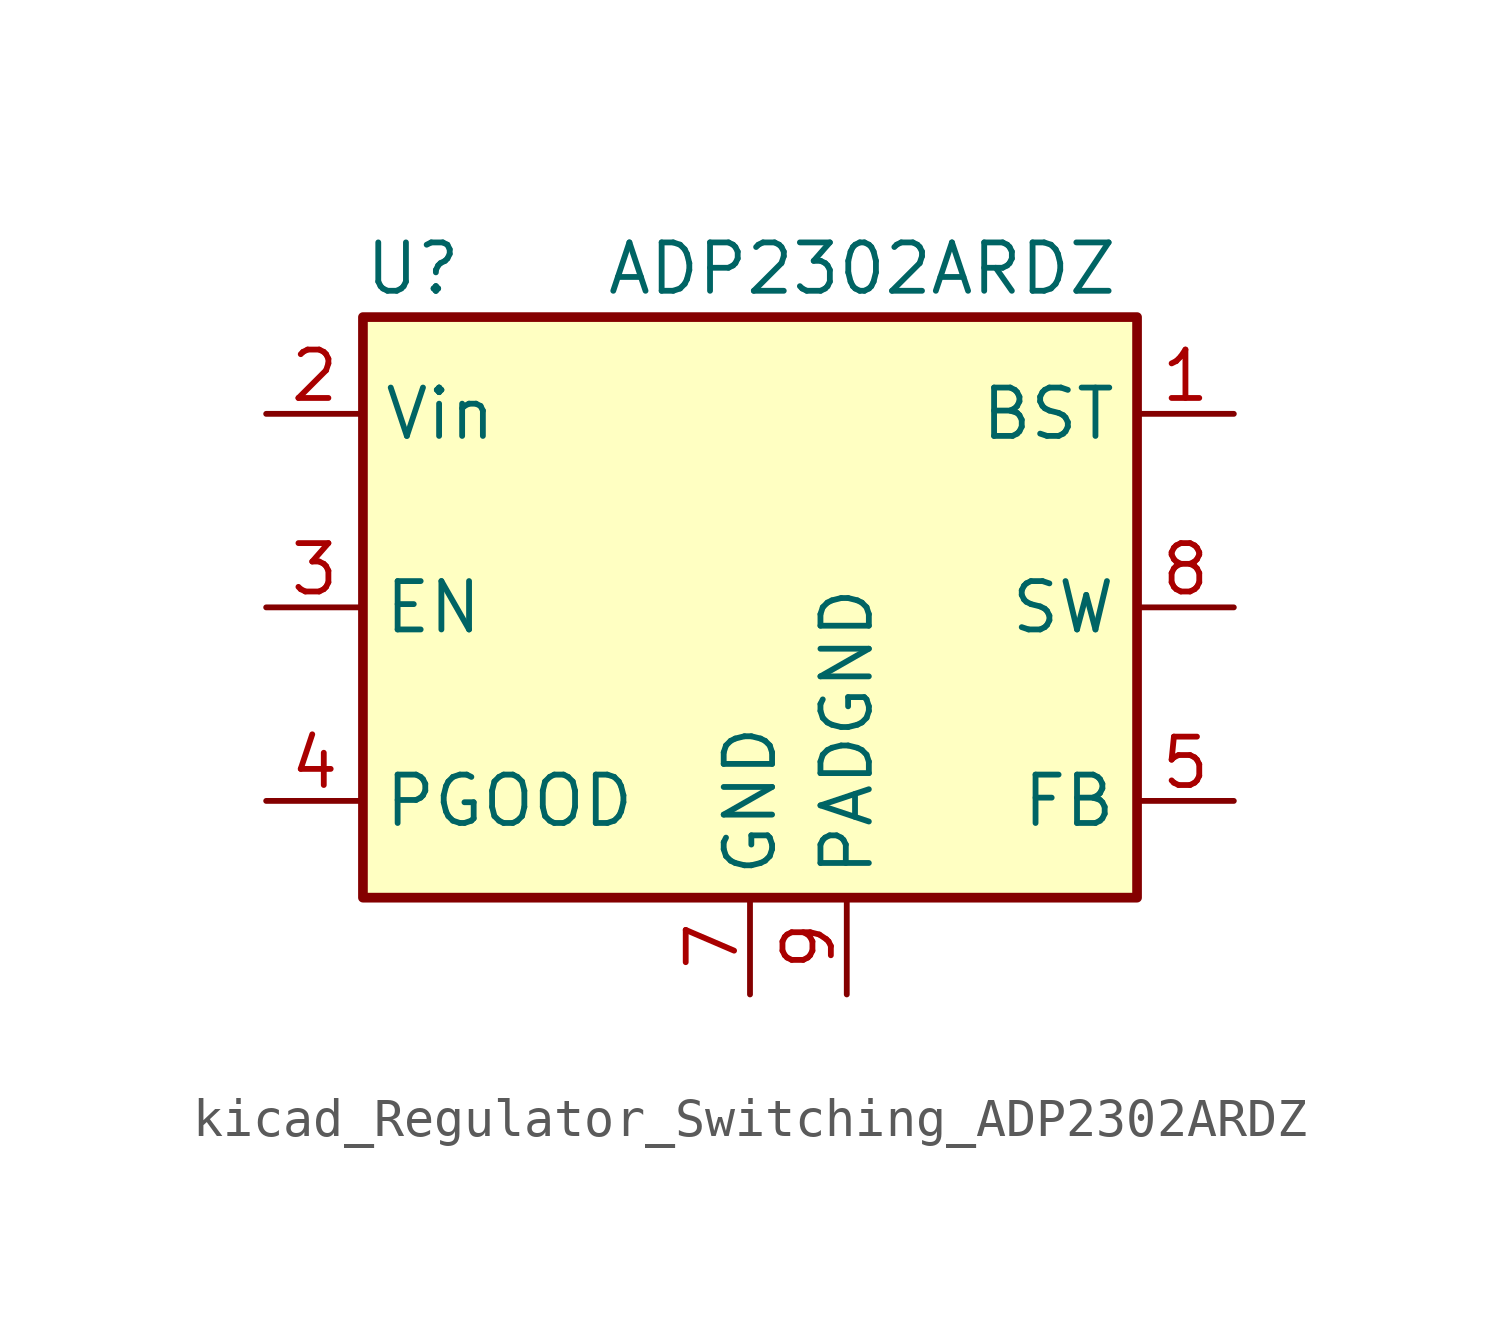
<source format=kicad_sym>
(kicad_symbol_lib
  (version 20220914)
  (generator kicad_symbol_editor)
  (symbol "kicad_Regulator_Switching_ADP2302ARDZ"
    (property "Reference" "U"
      (at -10.16 8.89 0)
      (effects (font (size 1.27 1.27)) (justify left)))
    (property "Value" "ADP2302ARDZ"
      (at -3.81 8.89 0)
      (effects (font (size 1.27 1.27)) (justify left)))
    (symbol "kicad_Regulator_Switching_ADP2302ARDZ_0_1"
      (rectangle (start -10.16 7.62) (end 10.16 -7.62) (stroke (width 0.254) (type default)) (fill (type background))))
    (symbol "kicad_Regulator_Switching_ADP2302ARDZ_1_1"
      (pin input line (at 12.7 5.08 180) (length 2.54) (name "BST" (effects (font (size 1.27 1.27)))) (number "1" (effects (font (size 1.27 1.27)))))
      (pin power_in line (at -12.7 5.08 0) (length 2.54) (name "Vin" (effects (font (size 1.27 1.27)))) (number "2" (effects (font (size 1.27 1.27)))))
      (pin input line (at -12.7 0 0) (length 2.54) (name "EN" (effects (font (size 1.27 1.27)))) (number "3" (effects (font (size 1.27 1.27)))))
      (pin output line (at -12.7 -5.08 0) (length 2.54) (name "PGOOD" (effects (font (size 1.27 1.27)))) (number "4" (effects (font (size 1.27 1.27)))))
      (pin input line (at 12.7 -5.08 180) (length 2.54) (name "FB" (effects (font (size 1.27 1.27)))) (number "5" (effects (font (size 1.27 1.27)))))
      (pin no_connect line (at -10.16 2.54 0) (length 2.54) hide (name "NC" (effects (font (size 1.27 1.27)))) (number "6" (effects (font (size 1.27 1.27)))))
      (pin power_in line (at 0 -10.16 90) (length 2.54) (name "GND" (effects (font (size 1.27 1.27)))) (number "7" (effects (font (size 1.27 1.27)))))
      (pin power_out line (at 12.7 0 180) (length 2.54) (name "SW" (effects (font (size 1.27 1.27)))) (number "8" (effects (font (size 1.27 1.27)))))
      (pin power_in line (at 2.54 -10.16 90) (length 2.54) (name "PADGND" (effects (font (size 1.27 1.27)))) (number "9" (effects (font (size 1.27 1.27))))))))
</source>
